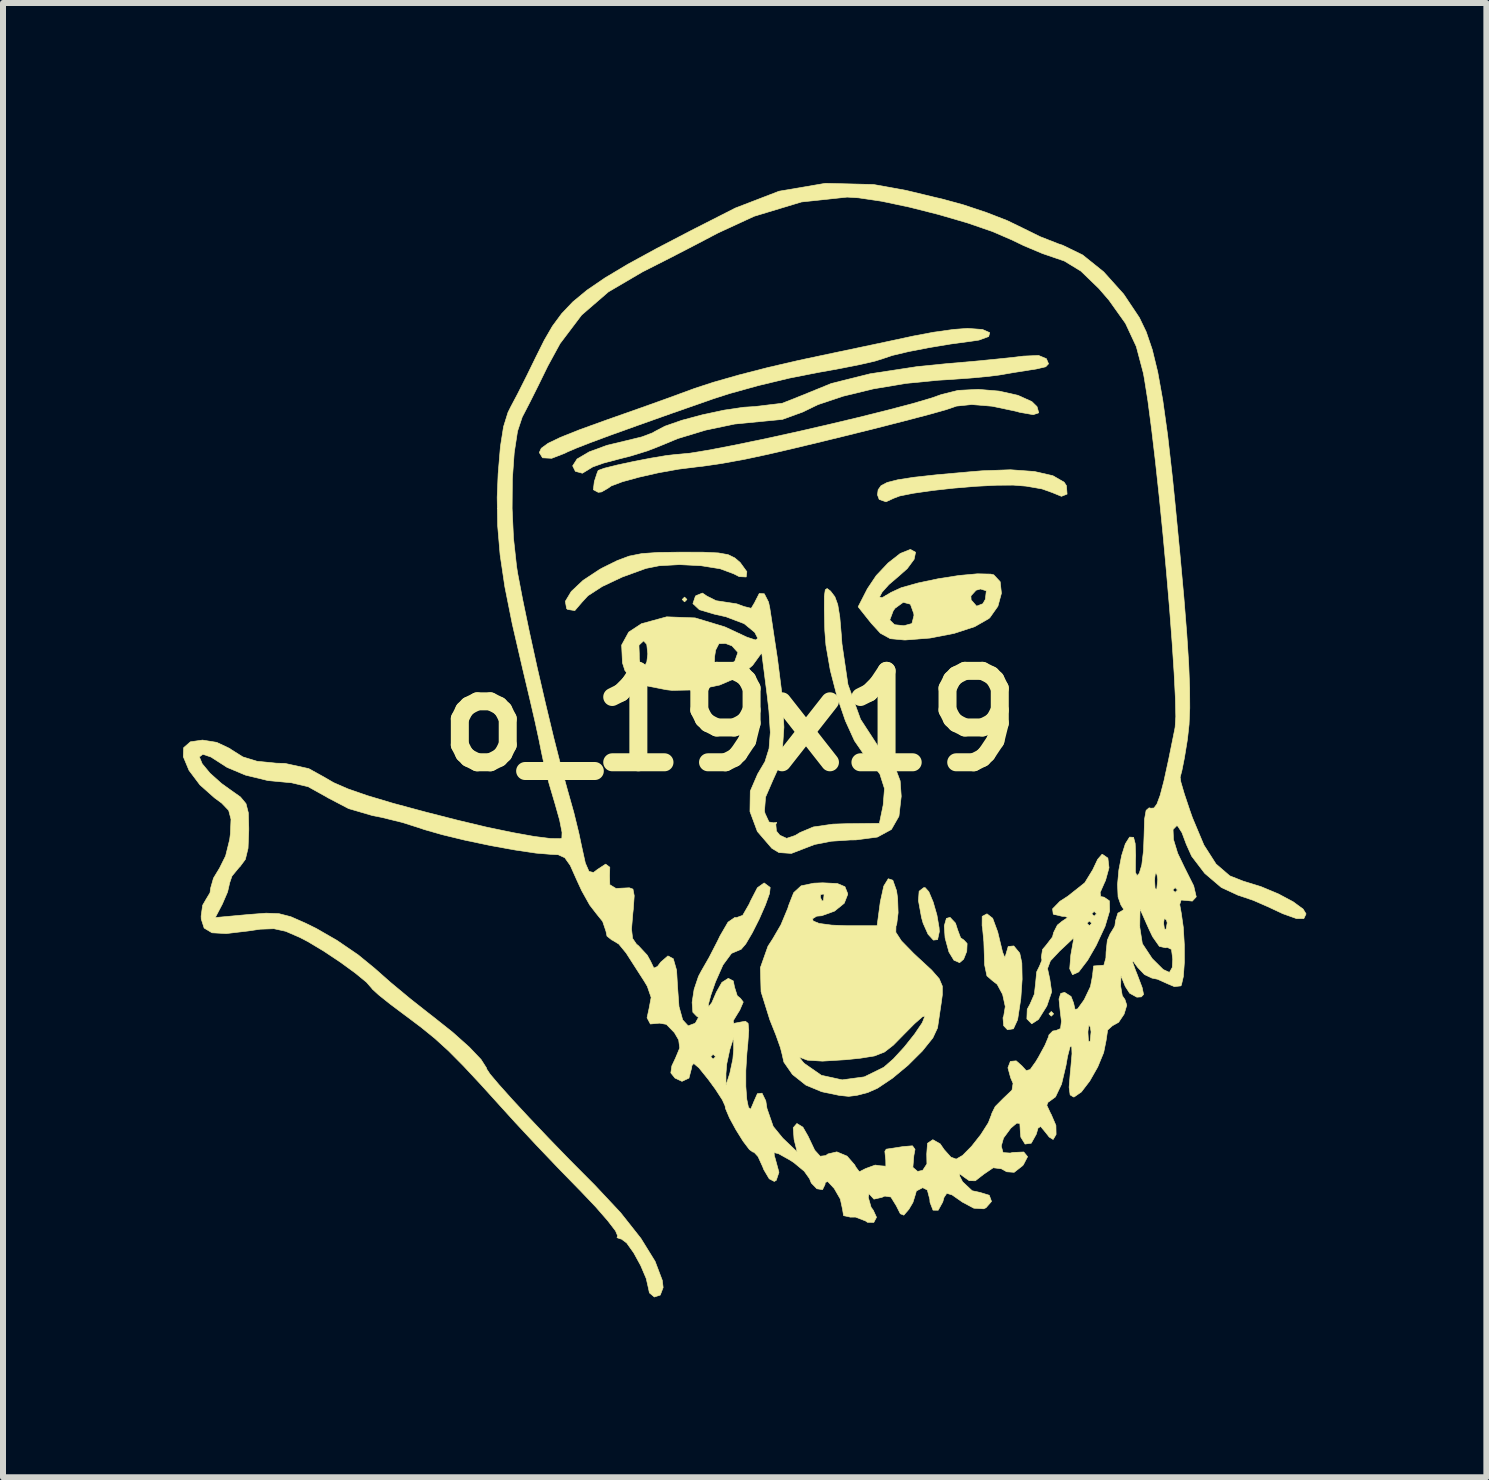
<source format=kicad_pcb>
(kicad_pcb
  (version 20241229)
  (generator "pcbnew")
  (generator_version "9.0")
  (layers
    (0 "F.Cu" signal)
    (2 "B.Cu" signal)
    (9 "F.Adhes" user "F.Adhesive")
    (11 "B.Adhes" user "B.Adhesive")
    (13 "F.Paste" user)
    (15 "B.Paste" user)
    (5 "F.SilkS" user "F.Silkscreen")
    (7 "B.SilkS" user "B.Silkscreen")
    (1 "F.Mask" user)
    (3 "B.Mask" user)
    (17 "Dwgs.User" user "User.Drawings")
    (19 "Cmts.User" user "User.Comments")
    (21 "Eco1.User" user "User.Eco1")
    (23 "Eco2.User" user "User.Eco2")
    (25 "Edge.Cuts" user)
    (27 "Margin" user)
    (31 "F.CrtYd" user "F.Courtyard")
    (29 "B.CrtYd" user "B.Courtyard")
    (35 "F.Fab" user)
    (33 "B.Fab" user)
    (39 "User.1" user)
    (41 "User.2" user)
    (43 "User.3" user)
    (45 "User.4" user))
  (footprint "o_19x19"
    (layer "F.Cu")
    (at 9.113 8.965)
    (property "Reference" "o_19x19" (at 0 0 0) (layer "F.SilkS") (effects (font (size 1.524 1.524) (thickness 0.3))))
    (attr through_hole)
    (fp_poly (pts (xy -0.714 -2.024) (xy -0.754 -1.984) (xy -0.794 -2.024) (xy -0.754 -2.064) (xy -0.714 -2.024)) (stroke (width 0.01) (type solid)) (fill yes) (layer "F.SilkS"))
    (fp_poly (pts (xy 5.397 4.882) (xy 5.358 4.921) (xy 5.318 4.882) (xy 5.358 4.842) (xy 5.397 4.882)) (stroke (width 0.01) (type solid)) (fill yes) (layer "F.SilkS"))
    (fp_poly (pts (xy 3.317 2.847) (xy 3.389 3.018) (xy 3.452 3.236) (xy 3.488 3.446) (xy 3.492 3.512) (xy 3.463 3.645) (xy 3.393 3.653) (xy 3.304 3.555) (xy 3.222 3.372) (xy 3.195 3.276) (xy 3.144 2.995) (xy 3.155 2.838) (xy 3.229 2.78) (xy 3.255 2.778) (xy 3.317 2.847)) (stroke (width 0.01) (type solid)) (fill yes) (layer "F.SilkS"))
    (fp_poly (pts (xy 3.761 3.37) (xy 3.796 3.479) (xy 3.847 3.615) (xy 3.9 3.651) (xy 3.955 3.71) (xy 3.949 3.84) (xy 3.897 3.971) (xy 3.83 4.029) (xy 3.735 3.988) (xy 3.652 3.851) (xy 3.588 3.617) (xy 3.574 3.416) (xy 3.61 3.291) (xy 3.671 3.274) (xy 3.761 3.37)) (stroke (width 0.01) (type solid)) (fill yes) (layer "F.SilkS"))
    (fp_poly (pts (xy 5.077 -4.157) (xy 5.384 -4.087) (xy 5.572 -3.979) (xy 5.61 -3.921) (xy 5.621 -3.78) (xy 5.527 -3.743) (xy 5.376 -3.805) (xy 5.203 -3.867) (xy 4.938 -3.913) (xy 4.725 -3.93) (xy 4.443 -3.928) (xy 4.098 -3.91) (xy 3.727 -3.879) (xy 3.367 -3.839) (xy 3.056 -3.794) (xy 2.831 -3.749) (xy 2.731 -3.711) (xy 2.603 -3.652) (xy 2.49 -3.691) (xy 2.461 -3.768) (xy 2.472 -3.852) (xy 2.52 -3.92) (xy 2.622 -3.974) (xy 2.799 -4.019) (xy 3.069 -4.061) (xy 3.452 -4.103) (xy 3.966 -4.149) (xy 4.207 -4.169) (xy 4.677 -4.186) (xy 5.077 -4.157)) (stroke (width 0.01) (type solid)) (fill yes) (layer "F.SilkS"))
    (fp_poly (pts (xy -0.442 -2.812) (xy -0.191 -2.8) (xy -0.028 -2.771) (xy 0.083 -2.717) (xy 0.172 -2.641) (xy 0.284 -2.487) (xy 0.273 -2.399) (xy 0.157 -2.405) (xy 0.06 -2.454) (xy -0.161 -2.536) (xy -0.48 -2.587) (xy -0.839 -2.605) (xy -1.178 -2.586) (xy -1.397 -2.542) (xy -1.793 -2.398) (xy -2.126 -2.241) (xy -2.365 -2.086) (xy -2.465 -1.977) (xy -2.583 -1.839) (xy -2.703 -1.858) (xy -2.72 -1.873) (xy -2.741 -1.993) (xy -2.642 -2.158) (xy -2.445 -2.343) (xy -2.171 -2.524) (xy -2.11 -2.557) (xy -1.875 -2.673) (xy -1.677 -2.747) (xy -1.466 -2.789) (xy -1.193 -2.808) (xy -0.816 -2.813) (xy -0.442 -2.812)) (stroke (width 0.01) (type solid)) (fill yes) (layer "F.SilkS"))
    (fp_poly (pts (xy 4.381 3.289) (xy 4.465 3.517) (xy 4.497 3.651) (xy 4.546 3.853) (xy 4.582 3.942) (xy 4.596 3.909) (xy 4.64 3.759) (xy 4.733 3.75) (xy 4.832 3.87) (xy 4.867 4.034) (xy 4.872 4.304) (xy 4.85 4.629) (xy 4.8 4.958) (xy 4.796 4.981) (xy 4.727 5.131) (xy 4.628 5.147) (xy 4.564 5.08) (xy 4.553 4.946) (xy 4.565 4.919) (xy 4.591 4.761) (xy 4.547 4.559) (xy 4.456 4.39) (xy 4.378 4.33) (xy 4.285 4.249) (xy 4.246 4.063) (xy 4.243 3.949) (xy 4.234 3.683) (xy 4.212 3.452) (xy 4.205 3.413) (xy 4.206 3.257) (xy 4.286 3.215) (xy 4.381 3.289)) (stroke (width 0.01) (type solid)) (fill yes) (layer "F.SilkS"))
    (fp_poly (pts (xy 4.212 -6.524) (xy 4.332 -6.471) (xy 4.314 -6.406) (xy 4.152 -6.347) (xy 4.032 -6.329) (xy 3.683 -6.282) (xy 3.317 -6.221) (xy 2.977 -6.155) (xy 2.707 -6.091) (xy 2.55 -6.038) (xy 2.548 -6.037) (xy 2.423 -5.998) (xy 2.177 -5.941) (xy 1.845 -5.875) (xy 1.468 -5.807) (xy 0.991 -5.713) (xy 0.471 -5.588) (xy -0.015 -5.453) (xy -0.278 -5.368) (xy -0.981 -5.122) (xy -1.547 -4.921) (xy -1.99 -4.762) (xy -2.321 -4.639) (xy -2.555 -4.548) (xy -2.705 -4.484) (xy -2.753 -4.46) (xy -2.968 -4.377) (xy -3.121 -4.385) (xy -3.175 -4.473) (xy -3.142 -4.544) (xy -3.03 -4.626) (xy -2.822 -4.726) (xy -2.501 -4.854) (xy -2.05 -5.017) (xy -1.905 -5.068) (xy -1.491 -5.214) (xy -1.03 -5.379) (xy -0.618 -5.53) (xy -0.586 -5.542) (xy -0.27 -5.645) (xy 0.154 -5.766) (xy 0.636 -5.89) (xy 1.128 -6.004) (xy 1.28 -6.037) (xy 1.753 -6.137) (xy 2.223 -6.236) (xy 2.643 -6.325) (xy 2.969 -6.395) (xy 3.056 -6.414) (xy 3.396 -6.478) (xy 3.731 -6.525) (xy 3.962 -6.542) (xy 4.212 -6.524)) (stroke (width 0.01) (type solid)) (fill yes) (layer "F.SilkS"))
    (fp_poly (pts (xy 4.488 -5.497) (xy 4.801 -5.427) (xy 5.034 -5.322) (xy 5.12 -5.238) (xy 5.149 -5.135) (xy 5.057 -5.104) (xy 4.834 -5.143) (xy 4.751 -5.165) (xy 4.372 -5.245) (xy 4.032 -5.273) (xy 3.778 -5.247) (xy 3.724 -5.228) (xy 3.6 -5.186) (xy 3.347 -5.115) (xy 2.991 -5.021) (xy 2.556 -4.909) (xy 2.069 -4.787) (xy 1.555 -4.661) (xy 1.039 -4.537) (xy 0.642 -4.445) (xy 0.255 -4.362) (xy -0.134 -4.291) (xy -0.458 -4.244) (xy -0.549 -4.234) (xy -0.853 -4.196) (xy -1.188 -4.136) (xy -1.514 -4.062) (xy -1.791 -3.986) (xy -1.977 -3.916) (xy -2.032 -3.877) (xy -2.138 -3.816) (xy -2.193 -3.81) (xy -2.274 -3.853) (xy -2.258 -3.989) (xy -2.212 -4.13) (xy -2.193 -4.175) (xy -2.09 -4.212) (xy -1.877 -4.265) (xy -1.603 -4.324) (xy -1.313 -4.38) (xy -1.056 -4.423) (xy -0.879 -4.443) (xy -0.857 -4.444) (xy -0.665 -4.462) (xy -0.348 -4.514) (xy 0.067 -4.594) (xy 0.552 -4.694) (xy 1.078 -4.809) (xy 1.619 -4.933) (xy 2.145 -5.058) (xy 2.629 -5.179) (xy 3.044 -5.288) (xy 3.36 -5.381) (xy 3.527 -5.44) (xy 3.805 -5.509) (xy 4.14 -5.526) (xy 4.488 -5.497)) (stroke (width 0.01) (type solid)) (fill yes) (layer "F.SilkS"))
    (fp_poly (pts (xy 5.275 -6.038) (xy 5.277 -6.035) (xy 5.312 -5.952) (xy 5.265 -5.902) (xy 5.105 -5.865) (xy 5.001 -5.849) (xy 4.73 -5.806) (xy 4.485 -5.764) (xy 4.302 -5.741) (xy 4.009 -5.714) (xy 3.657 -5.689) (xy 3.471 -5.678) (xy 2.933 -5.625) (xy 2.391 -5.534) (xy 1.889 -5.412) (xy 1.468 -5.271) (xy 1.217 -5.149) (xy 0.876 -5.025) (xy 0.503 -4.989) (xy 0.081 -4.948) (xy -0.401 -4.847) (xy -0.867 -4.706) (xy -1.168 -4.581) (xy -1.37 -4.502) (xy -1.652 -4.415) (xy -1.849 -4.365) (xy -2.102 -4.298) (xy -2.285 -4.233) (xy -2.35 -4.193) (xy -2.457 -4.128) (xy -2.574 -4.16) (xy -2.619 -4.251) (xy -2.546 -4.365) (xy -2.344 -4.484) (xy -2.045 -4.594) (xy -1.702 -4.676) (xy -1.465 -4.734) (xy -1.288 -4.801) (xy -1.251 -4.823) (xy -1.079 -4.913) (xy -0.797 -5.011) (xy -0.453 -5.103) (xy -0.093 -5.18) (xy 0.233 -5.228) (xy 0.413 -5.239) (xy 0.874 -5.294) (xy 1.199 -5.423) (xy 1.692 -5.624) (xy 2.337 -5.785) (xy 3.128 -5.906) (xy 3.612 -5.954) (xy 4.02 -5.989) (xy 4.403 -6.026) (xy 4.715 -6.058) (xy 4.892 -6.08) (xy 5.146 -6.091) (xy 5.275 -6.038)) (stroke (width 0.01) (type solid)) (fill yes) (layer "F.SilkS"))
    (fp_poly (pts (xy 3.096 -2.811) (xy 3.072 -2.694) (xy 2.957 -2.538) (xy 2.825 -2.421) (xy 2.651 -2.272) (xy 2.538 -2.146) (xy 2.495 -2.065) (xy 2.537 -2.053) (xy 2.588 -2.083) (xy 4.018 -2.083) (xy 4.022 -2.017) (xy 4.113 -1.913) (xy 4.217 -1.953) (xy 4.259 -2.027) (xy 4.275 -2.169) (xy 4.177 -2.199) (xy 4.104 -2.178) (xy 4.018 -2.083) (xy 2.588 -2.083) (xy 2.673 -2.133) (xy 2.681 -2.139) (xy 2.857 -2.22) (xy 3.138 -2.299) (xy 3.475 -2.37) (xy 3.82 -2.424) (xy 4.127 -2.452) (xy 4.348 -2.447) (xy 4.399 -2.435) (xy 4.506 -2.32) (xy 4.527 -2.128) (xy 4.468 -1.911) (xy 4.334 -1.721) (xy 4.316 -1.705) (xy 4.082 -1.571) (xy 3.739 -1.459) (xy 3.337 -1.381) (xy 2.927 -1.349) (xy 2.904 -1.349) (xy 2.674 -1.371) (xy 2.51 -1.461) (xy 2.359 -1.626) (xy 2.314 -1.682) (xy 2.666 -1.682) (xy 2.745 -1.604) (xy 2.902 -1.587) (xy 3.035 -1.623) (xy 3.069 -1.756) (xy 3.067 -1.786) (xy 3.01 -1.945) (xy 2.891 -1.977) (xy 2.754 -1.878) (xy 2.723 -1.834) (xy 2.666 -1.682) (xy 2.314 -1.682) (xy 2.139 -1.902) (xy 2.292 -2.201) (xy 2.44 -2.422) (xy 2.638 -2.632) (xy 2.841 -2.791) (xy 3.006 -2.857) (xy 3.013 -2.857) (xy 3.096 -2.811)) (stroke (width 0.01) (type solid)) (fill yes) (layer "F.SilkS"))
    (fp_poly (pts (xy 6.301 2.286) (xy 6.32 2.447) (xy 6.262 2.658) (xy 6.244 2.696) (xy 6.172 2.86) (xy 6.181 2.927) (xy 6.237 2.937) (xy 6.326 2.998) (xy 6.33 3.168) (xy 6.254 3.424) (xy 6.105 3.744) (xy 5.964 3.988) (xy 5.815 4.183) (xy 5.712 4.23) (xy 5.665 4.131) (xy 5.683 3.903) (xy 5.735 3.612) (xy 5.494 3.838) (xy 5.343 3.999) (xy 5.295 4.127) (xy 5.329 4.284) (xy 5.331 4.288) (xy 5.364 4.516) (xy 5.284 4.751) (xy 5.144 4.975) (xy 5.032 5.048) (xy 4.953 4.968) (xy 4.951 4.965) (xy 4.957 4.805) (xy 5.004 4.719) (xy 5.076 4.553) (xy 5.097 4.364) (xy 5.114 4.183) (xy 5.161 4.087) (xy 5.202 3.986) (xy 5.192 3.939) (xy 5.212 3.809) (xy 5.275 3.734) (xy 5.378 3.6) (xy 5.397 3.526) (xy 5.459 3.403) (xy 5.496 3.373) (xy 5.953 3.373) (xy 5.993 3.413) (xy 6.032 3.373) (xy 5.993 3.334) (xy 5.953 3.373) (xy 5.496 3.373) (xy 5.536 3.34) (xy 5.631 3.277) (xy 5.586 3.258) (xy 5.541 3.257) (xy 5.391 3.221) (xy 5.39 3.215) (xy 6.032 3.215) (xy 6.072 3.254) (xy 6.112 3.215) (xy 6.072 3.175) (xy 6.032 3.215) (xy 5.39 3.215) (xy 5.379 3.132) (xy 5.502 3.006) (xy 5.634 2.921) (xy 5.916 2.697) (xy 6.049 2.48) (xy 6.13 2.308) (xy 6.202 2.224) (xy 6.21 2.223) (xy 6.301 2.286)) (stroke (width 0.01) (type solid)) (fill yes) (layer "F.SilkS"))
    (fp_poly (pts (xy 2.717 2.655) (xy 2.779 2.83) (xy 2.797 2.957) (xy 2.805 3.198) (xy 2.782 3.387) (xy 2.769 3.422) (xy 2.767 3.523) (xy 2.86 3.666) (xy 3.062 3.873) (xy 3.141 3.947) (xy 3.364 4.153) (xy 3.49 4.297) (xy 3.542 4.42) (xy 3.542 4.565) (xy 3.525 4.692) (xy 3.491 4.921) (xy 3.467 5.083) (xy 3.463 5.114) (xy 3.384 5.283) (xy 3.208 5.502) (xy 2.971 5.738) (xy 2.71 5.955) (xy 2.462 6.121) (xy 2.302 6.192) (xy 2.119 6.24) (xy 1.981 6.257) (xy 1.825 6.241) (xy 1.588 6.192) (xy 1.53 6.179) (xy 1.268 6.07) (xy 1.044 5.892) (xy 0.901 5.686) (xy 0.882 5.602) (xy 1.155 5.602) (xy 1.218 5.683) (xy 1.241 5.708) (xy 1.526 5.906) (xy 1.873 5.982) (xy 2.242 5.932) (xy 2.567 5.772) (xy 2.725 5.634) (xy 2.907 5.436) (xy 3.079 5.22) (xy 3.207 5.031) (xy 3.254 4.914) (xy 3.206 4.934) (xy 3.078 5.046) (xy 2.907 5.219) (xy 2.725 5.404) (xy 2.578 5.518) (xy 2.413 5.583) (xy 2.178 5.621) (xy 1.937 5.646) (xy 1.544 5.67) (xy 1.293 5.654) (xy 1.193 5.616) (xy 1.155 5.602) (xy 0.882 5.602) (xy 0.873 5.561) (xy 0.844 5.447) (xy 0.768 5.234) (xy 0.667 4.981) (xy 0.521 4.513) (xy 0.51 4.111) (xy 0.636 3.755) (xy 0.715 3.633) (xy 0.852 3.398) (xy 0.967 3.122) (xy 0.98 3.077) (xy 1.035 2.937) (xy 1.508 2.937) (xy 1.537 3.002) (xy 1.561 2.99) (xy 1.571 2.896) (xy 1.561 2.884) (xy 1.514 2.895) (xy 1.508 2.937) (xy 1.035 2.937) (xy 1.065 2.862) (xy 1.189 2.748) (xy 1.4 2.704) (xy 1.548 2.698) (xy 1.793 2.71) (xy 1.919 2.763) (xy 1.964 2.876) (xy 1.965 2.891) (xy 1.907 3.039) (xy 1.745 3.17) (xy 1.531 3.247) (xy 1.448 3.254) (xy 1.379 3.297) (xy 1.389 3.334) (xy 1.488 3.375) (xy 1.699 3.403) (xy 1.947 3.413) (xy 2.455 3.413) (xy 2.508 3.016) (xy 2.566 2.752) (xy 2.641 2.63) (xy 2.717 2.655)) (stroke (width 0.01) (type solid)) (fill yes) (layer "F.SilkS"))
    (fp_poly (pts (xy 1.674 -2.168) (xy 1.682 -2.16) (xy 1.751 -2.069) (xy 1.799 -1.939) (xy 1.833 -1.733) (xy 1.86 -1.415) (xy 1.869 -1.286) (xy 1.969 -0.607) (xy 2.179 -0.027) (xy 2.51 0.481) (xy 2.591 0.576) (xy 2.762 0.795) (xy 2.839 0.999) (xy 2.857 1.256) (xy 2.819 1.588) (xy 2.693 1.809) (xy 2.459 1.936) (xy 2.101 1.983) (xy 2.008 1.984) (xy 1.69 2.005) (xy 1.414 2.059) (xy 1.299 2.103) (xy 1.027 2.208) (xy 0.819 2.194) (xy 0.701 2.123) (xy 0.459 1.842) (xy 0.336 1.51) (xy 0.341 1.17) (xy 0.464 0.885) (xy 0.586 0.679) (xy 0.654 0.461) (xy 0.675 0.191) (xy 0.652 -0.17) (xy 0.622 -0.429) (xy 0.532 -1.136) (xy 0.379 -0.925) (xy 0.159 -0.739) (xy -0.169 -0.598) (xy -0.558 -0.517) (xy -0.962 -0.509) (xy -1.053 -0.519) (xy -1.402 -0.587) (xy -1.623 -0.688) (xy -1.748 -0.84) (xy -1.789 -0.968) (xy -1.802 -1.248) (xy -1.514 -1.248) (xy -1.509 -1.128) (xy -1.508 -1.032) (xy -1.484 -0.893) (xy -1.432 -0.883) (xy -1.424 -0.901) (xy -0.259 -0.901) (xy -0.21 -0.845) (xy -0.144 -0.854) (xy 0.027 -0.944) (xy 0.084 -0.997) (xy 0.135 -1.141) (xy 0.036 -1.251) (xy -0.071 -1.291) (xy -0.181 -1.288) (xy -0.236 -1.181) (xy -0.253 -1.074) (xy -0.259 -0.901) (xy -1.424 -0.901) (xy -1.383 -0.985) (xy -1.367 -1.116) (xy -1.384 -1.276) (xy -1.436 -1.333) (xy -1.44 -1.332) (xy -1.513 -1.263) (xy -1.514 -1.248) (xy -1.802 -1.248) (xy -1.803 -1.264) (xy -1.685 -1.48) (xy -1.473 -1.62) (xy -1.052 -1.735) (xy -0.578 -1.717) (xy -0.082 -1.567) (xy 0.02 -1.52) (xy 0.285 -1.396) (xy 0.429 -1.349) (xy 0.467 -1.376) (xy 0.416 -1.475) (xy 0.416 -1.476) (xy 0.239 -1.621) (xy -0.064 -1.736) (xy -0.255 -1.779) (xy -0.506 -1.853) (xy -0.615 -1.955) (xy -0.574 -2.077) (xy -0.565 -2.087) (xy -0.456 -2.131) (xy -0.381 -2.08) (xy -0.23 -2.004) (xy -0.098 -1.984) (xy 0.117 -1.951) (xy 0.235 -1.907) (xy 0.357 -1.877) (xy 0.419 -1.981) (xy 0.42 -1.986) (xy 0.491 -2.124) (xy 0.575 -2.119) (xy 0.646 -1.98) (xy 0.666 -1.885) (xy 0.698 -1.677) (xy 0.743 -1.376) (xy 0.793 -1.046) (xy 0.795 -1.032) (xy 0.875 -0.401) (xy 0.902 0.104) (xy 0.875 0.504) (xy 0.792 0.825) (xy 0.723 0.976) (xy 0.596 1.269) (xy 0.578 1.498) (xy 0.586 1.539) (xy 0.653 1.684) (xy 0.729 1.698) (xy 0.782 1.691) (xy 0.767 1.725) (xy 0.777 1.836) (xy 0.834 1.905) (xy 0.947 1.957) (xy 1.09 1.909) (xy 1.169 1.861) (xy 1.392 1.767) (xy 1.718 1.72) (xy 1.939 1.713) (xy 2.493 1.707) (xy 2.556 1.403) (xy 2.578 1.128) (xy 2.501 0.886) (xy 2.308 0.632) (xy 2.229 0.55) (xy 2.078 0.331) (xy 1.926 -0.003) (xy 1.787 -0.409) (xy 1.675 -0.843) (xy 1.602 -1.263) (xy 1.583 -1.508) (xy 1.575 -1.86) (xy 1.576 -2.078) (xy 1.591 -2.185) (xy 1.622 -2.207) (xy 1.674 -2.168)) (stroke (width 0.01) (type solid)) (fill yes) (layer "F.SilkS"))
    (fp_poly (pts (xy 2.396 -8.94) (xy 2.937 -8.842) (xy 3.212 -8.776) (xy 3.427 -8.724) (xy 3.532 -8.7) (xy 3.885 -8.604) (xy 4.27 -8.476) (xy 4.623 -8.339) (xy 4.881 -8.214) (xy 5.171 -8.071) (xy 5.485 -7.948) (xy 5.545 -7.929) (xy 5.88 -7.766) (xy 6.231 -7.484) (xy 6.564 -7.113) (xy 6.826 -6.721) (xy 6.94 -6.484) (xy 7.041 -6.187) (xy 7.132 -5.813) (xy 7.216 -5.344) (xy 7.297 -4.761) (xy 7.378 -4.046) (xy 7.418 -3.651) (xy 7.502 -2.782) (xy 7.568 -2.054) (xy 7.616 -1.45) (xy 7.648 -0.953) (xy 7.664 -0.547) (xy 7.666 -0.214) (xy 7.654 0.062) (xy 7.628 0.298) (xy 7.622 0.338) (xy 7.576 0.619) (xy 7.534 0.831) (xy 7.507 0.932) (xy 7.505 0.935) (xy 7.517 1.017) (xy 7.574 1.213) (xy 7.665 1.485) (xy 7.71 1.613) (xy 7.901 2.068) (xy 8.103 2.384) (xy 8.333 2.582) (xy 8.556 2.67) (xy 8.851 2.761) (xy 9.141 2.882) (xy 9.389 3.014) (xy 9.555 3.136) (xy 9.604 3.216) (xy 9.567 3.294) (xy 9.444 3.294) (xy 9.217 3.213) (xy 8.969 3.097) (xy 8.724 2.99) (xy 8.494 2.912) (xy 8.475 2.907) (xy 8.191 2.775) (xy 7.915 2.54) (xy 7.697 2.254) (xy 7.608 2.056) (xy 7.536 1.863) (xy 7.466 1.754) (xy 7.449 1.746) (xy 7.387 1.81) (xy 7.394 1.975) (xy 7.464 2.205) (xy 7.581 2.449) (xy 7.731 2.748) (xy 7.774 2.932) (xy 7.708 3.003) (xy 7.624 2.994) (xy 7.522 2.985) (xy 7.498 3.06) (xy 7.524 3.203) (xy 7.558 3.441) (xy 7.575 3.73) (xy 7.576 4.019) (xy 7.559 4.259) (xy 7.526 4.402) (xy 7.517 4.416) (xy 7.409 4.428) (xy 7.3 4.382) (xy 7.129 4.305) (xy 7.035 4.286) (xy 6.911 4.227) (xy 6.798 4.108) (xy 6.724 4.007) (xy 6.712 4.019) (xy 6.762 4.157) (xy 6.789 4.224) (xy 6.873 4.446) (xy 6.896 4.559) (xy 6.858 4.599) (xy 6.784 4.604) (xy 6.664 4.538) (xy 6.591 4.425) (xy 6.519 4.247) (xy 6.514 4.42) (xy 6.541 4.579) (xy 6.585 4.642) (xy 6.616 4.738) (xy 6.571 4.887) (xy 6.48 5.023) (xy 6.377 5.08) (xy 6.297 5.152) (xy 6.271 5.328) (xy 6.231 5.527) (xy 6.132 5.767) (xy 5.999 6.001) (xy 5.859 6.184) (xy 5.739 6.267) (xy 5.729 6.268) (xy 5.672 6.233) (xy 5.655 6.105) (xy 5.675 5.855) (xy 5.68 5.814) (xy 5.703 5.548) (xy 5.698 5.418) (xy 5.671 5.43) (xy 5.629 5.591) (xy 5.603 5.741) (xy 5.529 6.053) (xy 5.428 6.266) (xy 5.314 6.35) (xy 5.306 6.35) (xy 5.283 6.405) (xy 5.348 6.545) (xy 5.355 6.555) (xy 5.435 6.741) (xy 5.438 6.892) (xy 5.389 6.976) (xy 5.323 6.935) (xy 5.27 6.867) (xy 5.181 6.759) (xy 5.137 6.786) (xy 5.108 6.887) (xy 5.024 7.038) (xy 4.921 7.052) (xy 4.85 6.937) (xy 4.842 6.854) (xy 4.834 6.708) (xy 4.782 6.703) (xy 4.683 6.787) (xy 4.562 6.951) (xy 4.524 7.085) (xy 4.554 7.194) (xy 4.673 7.202) (xy 4.718 7.192) (xy 4.899 7.184) (xy 4.963 7.262) (xy 4.892 7.399) (xy 4.877 7.415) (xy 4.739 7.523) (xy 4.615 7.514) (xy 4.526 7.464) (xy 4.39 7.447) (xy 4.23 7.556) (xy 4.092 7.664) (xy 3.99 7.662) (xy 3.918 7.612) (xy 3.828 7.546) (xy 3.833 7.59) (xy 3.879 7.68) (xy 4.039 7.83) (xy 4.17 7.858) (xy 4.324 7.905) (xy 4.362 8.008) (xy 4.27 8.113) (xy 4.231 8.131) (xy 4.067 8.121) (xy 3.877 8.02) (xy 3.704 7.899) (xy 3.616 7.873) (xy 3.57 7.942) (xy 3.549 8.017) (xy 3.473 8.155) (xy 3.387 8.154) (xy 3.336 8.021) (xy 3.334 7.977) (xy 3.292 7.818) (xy 3.215 7.779) (xy 3.109 7.834) (xy 3.096 7.883) (xy 3.052 8.025) (xy 2.984 8.14) (xy 2.9 8.237) (xy 2.842 8.214) (xy 2.774 8.079) (xy 2.684 7.934) (xy 2.583 7.919) (xy 2.535 7.94) (xy 2.402 7.97) (xy 2.354 7.917) (xy 2.319 7.879) (xy 2.308 7.941) (xy 2.355 8.106) (xy 2.39 8.153) (xy 2.445 8.272) (xy 2.4 8.358) (xy 2.294 8.356) (xy 2.261 8.333) (xy 2.095 8.269) (xy 2.01 8.27) (xy 1.896 8.245) (xy 1.879 8.14) (xy 1.842 7.969) (xy 1.74 7.792) (xy 1.633 7.677) (xy 1.59 7.692) (xy 1.587 7.726) (xy 1.545 7.812) (xy 1.451 7.797) (xy 1.358 7.701) (xy 1.329 7.629) (xy 1.241 7.505) (xy 1.066 7.36) (xy 0.994 7.314) (xy 0.813 7.213) (xy 0.738 7.194) (xy 0.743 7.253) (xy 0.753 7.28) (xy 0.819 7.522) (xy 0.774 7.657) (xy 0.741 7.675) (xy 0.657 7.631) (xy 0.567 7.479) (xy 0.548 7.43) (xy 0.47 7.26) (xy 0.402 7.186) (xy 0.389 7.188) (xy 0.327 7.144) (xy 0.221 7.004) (xy 0.102 6.813) (xy -0.005 6.617) (xy -0.071 6.461) (xy -0.079 6.415) (xy -0.124 6.316) (xy -0.24 6.137) (xy -0.357 5.977) (xy -0.44 5.874) (xy -0.064 5.874) (xy -0.064 6.072) (xy 0 5.874) (xy 0.051 5.635) (xy 0.064 5.477) (xy 0.064 5.278) (xy 0 5.477) (xy -0.051 5.716) (xy -0.064 5.874) (xy -0.44 5.874) (xy -0.514 5.782) (xy -0.601 5.709) (xy -0.633 5.746) (xy -0.635 5.778) (xy -0.681 5.953) (xy -0.797 6.007) (xy -0.914 5.952) (xy -0.983 5.866) (xy -0.966 5.749) (xy -0.909 5.628) (xy -0.895 5.596) (xy -0.318 5.596) (xy -0.278 5.636) (xy -0.238 5.596) (xy -0.278 5.556) (xy -0.318 5.596) (xy -0.895 5.596) (xy -0.835 5.451) (xy -0.852 5.317) (xy -0.923 5.195) (xy -1.057 5.057) (xy -1.17 5.037) (xy -1.324 5.051) (xy -1.379 4.947) (xy -1.345 4.79) (xy -1.311 4.608) (xy -1.375 4.423) (xy -1.427 4.336) (xy -1.58 4.098) (xy -1.725 3.872) (xy -1.726 3.87) (xy -1.85 3.719) (xy -1.96 3.652) (xy -1.965 3.652) (xy -2.047 3.586) (xy -2.064 3.505) (xy -2.119 3.342) (xy -2.219 3.218) (xy -2.335 3.068) (xy -2.468 2.83) (xy -2.551 2.65) (xy -2.659 2.408) (xy -2.75 2.28) (xy -2.86 2.23) (xy -2.988 2.223) (xy -3.231 2.203) (xy -3.58 2.151) (xy -3.988 2.077) (xy -4.408 1.989) (xy -4.792 1.896) (xy -5.093 1.81) (xy -5.159 1.787) (xy -5.458 1.692) (xy -5.804 1.607) (xy -5.953 1.578) (xy -6.353 1.461) (xy -6.709 1.275) (xy -6.72 1.267) (xy -7.028 1.096) (xy -7.308 1.03) (xy -7.315 1.03) (xy -7.697 0.994) (xy -8.072 0.903) (xy -8.379 0.774) (xy -8.475 0.712) (xy -8.648 0.601) (xy -8.783 0.556) (xy -8.84 0.6) (xy -8.793 0.714) (xy -8.663 0.871) (xy -8.472 1.042) (xy -8.33 1.144) (xy -8.156 1.267) (xy -8.063 1.379) (xy -8.024 1.532) (xy -8.017 1.783) (xy -8.017 1.828) (xy -8.029 2.123) (xy -8.074 2.308) (xy -8.164 2.429) (xy -8.176 2.439) (xy -8.297 2.586) (xy -8.335 2.697) (xy -8.37 2.85) (xy -8.455 3.047) (xy -8.455 3.048) (xy -8.575 3.277) (xy -8.017 3.226) (xy -7.727 3.204) (xy -7.514 3.212) (xy -7.316 3.263) (xy -7.073 3.37) (xy -6.892 3.459) (xy -6.548 3.657) (xy -6.195 3.898) (xy -5.921 4.122) (xy -5.654 4.358) (xy -5.324 4.632) (xy -4.998 4.889) (xy -4.961 4.917) (xy -4.621 5.187) (xy -4.342 5.436) (xy -4.146 5.642) (xy -4.055 5.784) (xy -4.051 5.803) (xy -3.996 5.886) (xy -3.847 6.062) (xy -3.623 6.312) (xy -3.34 6.617) (xy -3.017 6.957) (xy -2.672 7.313) (xy -2.322 7.665) (xy -2.252 7.735) (xy -1.82 8.196) (xy -1.481 8.625) (xy -1.245 9.007) (xy -1.125 9.324) (xy -1.111 9.443) (xy -1.159 9.569) (xy -1.258 9.601) (xy -1.34 9.532) (xy -1.354 9.465) (xy -1.393 9.293) (xy -1.485 9.077) (xy -1.602 8.864) (xy -1.719 8.7) (xy -1.81 8.633) (xy -1.817 8.634) (xy -1.88 8.612) (xy -1.87 8.58) (xy -1.905 8.498) (xy -2.034 8.33) (xy -2.236 8.098) (xy -2.493 7.828) (xy -2.519 7.802) (xy -2.86 7.452) (xy -3.229 7.065) (xy -3.573 6.696) (xy -3.77 6.479) (xy -4.144 6.066) (xy -4.441 5.748) (xy -4.688 5.499) (xy -4.913 5.294) (xy -5.142 5.108) (xy -5.401 4.913) (xy -5.411 4.906) (xy -5.659 4.72) (xy -5.852 4.566) (xy -5.957 4.47) (xy -5.967 4.456) (xy -6.055 4.355) (xy -6.243 4.201) (xy -6.493 4.019) (xy -6.768 3.836) (xy -7.03 3.679) (xy -7.164 3.609) (xy -7.402 3.506) (xy -7.598 3.463) (xy -7.825 3.471) (xy -8.029 3.501) (xy -8.393 3.544) (xy -8.63 3.531) (xy -8.761 3.452) (xy -8.809 3.302) (xy -8.811 3.254) (xy -8.786 3.072) (xy -8.731 2.977) (xy -8.663 2.864) (xy -8.652 2.784) (xy -8.605 2.62) (xy -8.503 2.451) (xy -8.403 2.25) (xy -8.335 1.976) (xy -8.323 1.877) (xy -8.313 1.638) (xy -8.352 1.491) (xy -8.468 1.37) (xy -8.588 1.282) (xy -8.831 1.066) (xy -9.013 0.824) (xy -9.108 0.596) (xy -9.103 0.447) (xy -8.99 0.348) (xy -8.788 0.319) (xy -8.552 0.357) (xy -8.335 0.459) (xy -8.314 0.475) (xy -8.115 0.6) (xy -7.88 0.672) (xy -7.559 0.704) (xy -7.413 0.708) (xy -7.017 0.795) (xy -6.778 0.927) (xy -6.602 1.029) (xy -6.363 1.133) (xy -6.04 1.245) (xy -5.615 1.372) (xy -5.069 1.519) (xy -4.524 1.658) (xy -4.058 1.769) (xy -3.628 1.859) (xy -3.262 1.925) (xy -2.985 1.96) (xy -2.825 1.962) (xy -2.799 1.952) (xy -2.796 1.857) (xy -2.836 1.654) (xy -2.911 1.387) (xy -2.917 1.367) (xy -3.013 1.042) (xy -3.095 0.727) (xy -3.14 0.516) (xy -3.179 0.321) (xy -3.246 0.012) (xy -3.335 -0.373) (xy -3.435 -0.795) (xy -3.457 -0.888) (xy -3.626 -1.619) (xy -3.749 -2.234) (xy -3.828 -2.768) (xy -3.869 -3.254) (xy -3.874 -3.541) (xy -3.628 -3.541) (xy -3.605 -3.045) (xy -3.554 -2.577) (xy -3.536 -2.461) (xy -3.452 -2.021) (xy -3.341 -1.486) (xy -3.212 -0.897) (xy -3.073 -0.296) (xy -2.936 0.275) (xy -2.808 0.777) (xy -2.701 1.167) (xy -2.694 1.191) (xy -2.599 1.529) (xy -2.515 1.873) (xy -2.47 2.087) (xy -2.408 2.368) (xy -2.347 2.508) (xy -2.272 2.526) (xy -2.205 2.475) (xy -2.069 2.386) (xy -2 2.438) (xy -2.004 2.58) (xy -2 2.729) (xy -1.897 2.792) (xy -1.675 2.781) (xy -1.614 2.803) (xy -1.593 2.913) (xy -1.609 3.142) (xy -1.616 3.204) (xy -1.638 3.469) (xy -1.62 3.625) (xy -1.555 3.721) (xy -1.523 3.746) (xy -1.376 3.904) (xy -1.319 4.008) (xy -1.266 4.119) (xy -1.206 4.093) (xy -1.151 4.02) (xy -1.031 3.916) (xy -0.942 3.963) (xy -0.887 4.155) (xy -0.871 4.43) (xy -0.847 4.76) (xy -0.785 4.983) (xy -0.694 5.082) (xy -0.581 5.04) (xy -0.571 5.03) (xy -0.522 4.941) (xy -0.552 4.921) (xy -0.616 4.855) (xy -0.628 4.69) (xy -0.595 4.474) (xy -0.522 4.257) (xy -0.474 4.167) (xy -0.345 3.942) (xy -0.204 3.668) (xy -0.163 3.583) (xy -0.03 3.354) (xy 0.084 3.275) (xy 0.109 3.279) (xy 0.215 3.24) (xy 0.327 3.045) (xy 0.341 3.01) (xy 0.46 2.78) (xy 0.572 2.7) (xy 0.673 2.775) (xy 0.662 2.876) (xy 0.594 3.066) (xy 0.491 3.301) (xy 0.374 3.533) (xy 0.265 3.718) (xy 0.187 3.808) (xy 0.177 3.811) (xy 0.028 3.874) (xy -0.114 4.067) (xy -0.24 4.352) (xy -0.318 4.576) (xy -0.357 4.725) (xy -0.353 4.763) (xy -0.3 4.696) (xy -0.23 4.535) (xy -0.226 4.524) (xy -0.132 4.358) (xy -0.025 4.29) (xy 0.058 4.333) (xy 0.079 4.438) (xy 0.124 4.58) (xy 0.177 4.623) (xy 0.224 4.685) (xy 0.164 4.824) (xy 0.141 4.859) (xy 0.056 4.999) (xy 0.066 5.041) (xy 0.174 5.02) (xy 0.26 5.005) (xy 0.305 5.04) (xy 0.316 5.156) (xy 0.3 5.383) (xy 0.285 5.535) (xy 0.267 5.826) (xy 0.267 6.092) (xy 0.283 6.306) (xy 0.311 6.441) (xy 0.348 6.471) (xy 0.391 6.37) (xy 0.392 6.365) (xy 0.46 6.212) (xy 0.537 6.204) (xy 0.6 6.333) (xy 0.619 6.457) (xy 0.723 6.758) (xy 0.883 6.954) (xy 1.123 7.183) (xy 1.071 6.974) (xy 1.057 6.78) (xy 1.118 6.709) (xy 1.218 6.77) (xy 1.304 6.92) (xy 1.415 7.154) (xy 1.506 7.255) (xy 1.598 7.244) (xy 1.635 7.217) (xy 1.784 7.182) (xy 1.954 7.253) (xy 2.083 7.401) (xy 2.095 7.428) (xy 2.159 7.514) (xy 2.262 7.461) (xy 2.423 7.402) (xy 2.509 7.414) (xy 2.601 7.421) (xy 2.599 7.313) (xy 2.597 7.304) (xy 2.584 7.173) (xy 2.607 7.137) (xy 2.716 7.121) (xy 2.887 7.094) (xy 3.044 7.081) (xy 3.087 7.14) (xy 3.067 7.247) (xy 3.051 7.44) (xy 3.13 7.508) (xy 3.215 7.49) (xy 3.285 7.383) (xy 3.282 7.218) (xy 3.295 7.039) (xy 3.384 6.979) (xy 3.506 7.048) (xy 3.572 7.144) (xy 3.685 7.27) (xy 3.773 7.303) (xy 3.88 7.241) (xy 4.03 7.089) (xy 4.185 6.892) (xy 4.309 6.697) (xy 4.365 6.552) (xy 4.366 6.542) (xy 4.423 6.427) (xy 4.562 6.287) (xy 4.569 6.281) (xy 4.703 6.153) (xy 4.721 6.041) (xy 4.681 5.949) (xy 4.635 5.781) (xy 4.676 5.674) (xy 4.773 5.665) (xy 4.868 5.749) (xy 4.94 5.828) (xy 5.006 5.81) (xy 5.1 5.678) (xy 5.146 5.601) (xy 5.253 5.404) (xy 5.313 5.261) (xy 5.318 5.234) (xy 5.352 5.199) (xy 5.969 5.199) (xy 5.977 5.335) (xy 6.002 5.347) (xy 6.005 5.339) (xy 6.021 5.182) (xy 6.008 5.101) (xy 5.983 5.069) (xy 5.969 5.174) (xy 5.969 5.199) (xy 5.352 5.199) (xy 5.383 5.168) (xy 5.438 5.159) (xy 5.512 5.127) (xy 5.527 5.005) (xy 5.507 4.842) (xy 5.486 4.634) (xy 5.516 4.541) (xy 5.58 4.524) (xy 5.687 4.592) (xy 5.729 4.7) (xy 5.753 4.807) (xy 5.796 4.8) (xy 5.89 4.67) (xy 5.909 4.641) (xy 6.011 4.427) (xy 6.049 4.228) (xy 6.048 4.218) (xy 6.063 4.084) (xy 6.151 4.077) (xy 6.152 4.077) (xy 6.234 4.071) (xy 6.268 3.95) (xy 6.271 3.852) (xy 6.292 3.655) (xy 6.344 3.537) (xy 6.35 3.532) (xy 6.41 3.432) (xy 6.832 3.432) (xy 6.875 3.711) (xy 7.038 3.958) (xy 7.045 3.966) (xy 7.223 4.143) (xy 7.327 4.191) (xy 7.374 4.109) (xy 7.382 3.971) (xy 7.361 3.808) (xy 7.289 3.773) (xy 7.263 3.781) (xy 7.159 3.757) (xy 7.046 3.596) (xy 6.991 3.481) (xy 6.94 3.367) (xy 7.229 3.367) (xy 7.244 3.47) (xy 7.271 3.471) (xy 7.29 3.365) (xy 7.277 3.319) (xy 7.242 3.289) (xy 7.229 3.367) (xy 6.94 3.367) (xy 6.837 3.135) (xy 6.832 3.432) (xy 6.41 3.432) (xy 6.417 3.42) (xy 6.429 3.329) (xy 6.468 3.203) (xy 6.518 3.175) (xy 6.567 3.144) (xy 6.518 3.067) (xy 6.471 2.934) (xy 6.466 2.818) (xy 7.382 2.818) (xy 7.422 2.857) (xy 7.461 2.818) (xy 7.422 2.778) (xy 7.382 2.818) (xy 6.466 2.818) (xy 6.462 2.726) (xy 6.468 2.659) (xy 7.08 2.659) (xy 7.088 2.795) (xy 7.113 2.807) (xy 7.116 2.799) (xy 7.132 2.642) (xy 7.119 2.561) (xy 7.094 2.529) (xy 7.08 2.634) (xy 7.08 2.659) (xy 6.468 2.659) (xy 6.484 2.483) (xy 6.53 2.244) (xy 6.592 2.048) (xy 6.663 1.936) (xy 6.729 1.94) (xy 6.756 2.043) (xy 6.764 2.242) (xy 6.761 2.324) (xy 6.76 2.523) (xy 6.787 2.578) (xy 6.824 2.54) (xy 6.866 2.401) (xy 6.895 2.16) (xy 6.904 1.916) (xy 6.912 1.638) (xy 6.938 1.491) (xy 6.988 1.448) (xy 7.018 1.455) (xy 7.069 1.451) (xy 7.118 1.386) (xy 7.172 1.241) (xy 7.236 0.997) (xy 7.315 0.635) (xy 7.416 0.137) (xy 7.422 0.102) (xy 7.433 -0.071) (xy 7.426 -0.378) (xy 7.405 -0.796) (xy 7.372 -1.301) (xy 7.329 -1.871) (xy 7.277 -2.482) (xy 7.219 -3.111) (xy 7.157 -3.733) (xy 7.093 -4.327) (xy 7.029 -4.868) (xy 6.968 -5.333) (xy 6.91 -5.699) (xy 6.893 -5.794) (xy 6.775 -6.239) (xy 6.595 -6.625) (xy 6.321 -7.01) (xy 6.152 -7.206) (xy 5.851 -7.497) (xy 5.575 -7.665) (xy 5.461 -7.704) (xy 5.21 -7.79) (xy 4.901 -7.92) (xy 4.693 -8.02) (xy 4.376 -8.157) (xy 3.957 -8.301) (xy 3.48 -8.44) (xy 2.99 -8.564) (xy 2.531 -8.661) (xy 2.147 -8.718) (xy 1.956 -8.73) (xy 1.194 -8.649) (xy 0.407 -8.411) (xy -0.198 -8.132) (xy -0.581 -7.931) (xy -0.985 -7.722) (xy -1.344 -7.54) (xy -1.455 -7.484) (xy -2.024 -7.15) (xy -2.47 -6.764) (xy -2.829 -6.289) (xy -3.034 -5.913) (xy -3.188 -5.598) (xy -3.33 -5.314) (xy -3.436 -5.109) (xy -3.459 -5.066) (xy -3.538 -4.828) (xy -3.593 -4.469) (xy -3.624 -4.028) (xy -3.628 -3.541) (xy -3.874 -3.541) (xy -3.877 -3.727) (xy -3.861 -4.117) (xy -3.823 -4.572) (xy -3.771 -4.903) (xy -3.697 -5.141) (xy -3.651 -5.234) (xy -3.537 -5.449) (xy -3.388 -5.745) (xy -3.234 -6.06) (xy -3.228 -6.072) (xy -3.093 -6.343) (xy -2.957 -6.578) (xy -2.803 -6.787) (xy -2.616 -6.984) (xy -2.38 -7.179) (xy -2.08 -7.384) (xy -1.7 -7.611) (xy -1.224 -7.871) (xy -0.637 -8.177) (xy 0.077 -8.54) (xy 0.088 -8.546) (xy 0.82 -8.828) (xy 1.594 -8.96) (xy 2.396 -8.94)) (stroke (width 0.01) (type solid)) (fill yes) (layer "F.SilkS")))
  (gr_rect
    (start -3 -3)
    (end 21.722 21.57)
    (stroke (width 0.1) (type default))
    (fill no)
    (layer "Edge.Cuts")))
</source>
